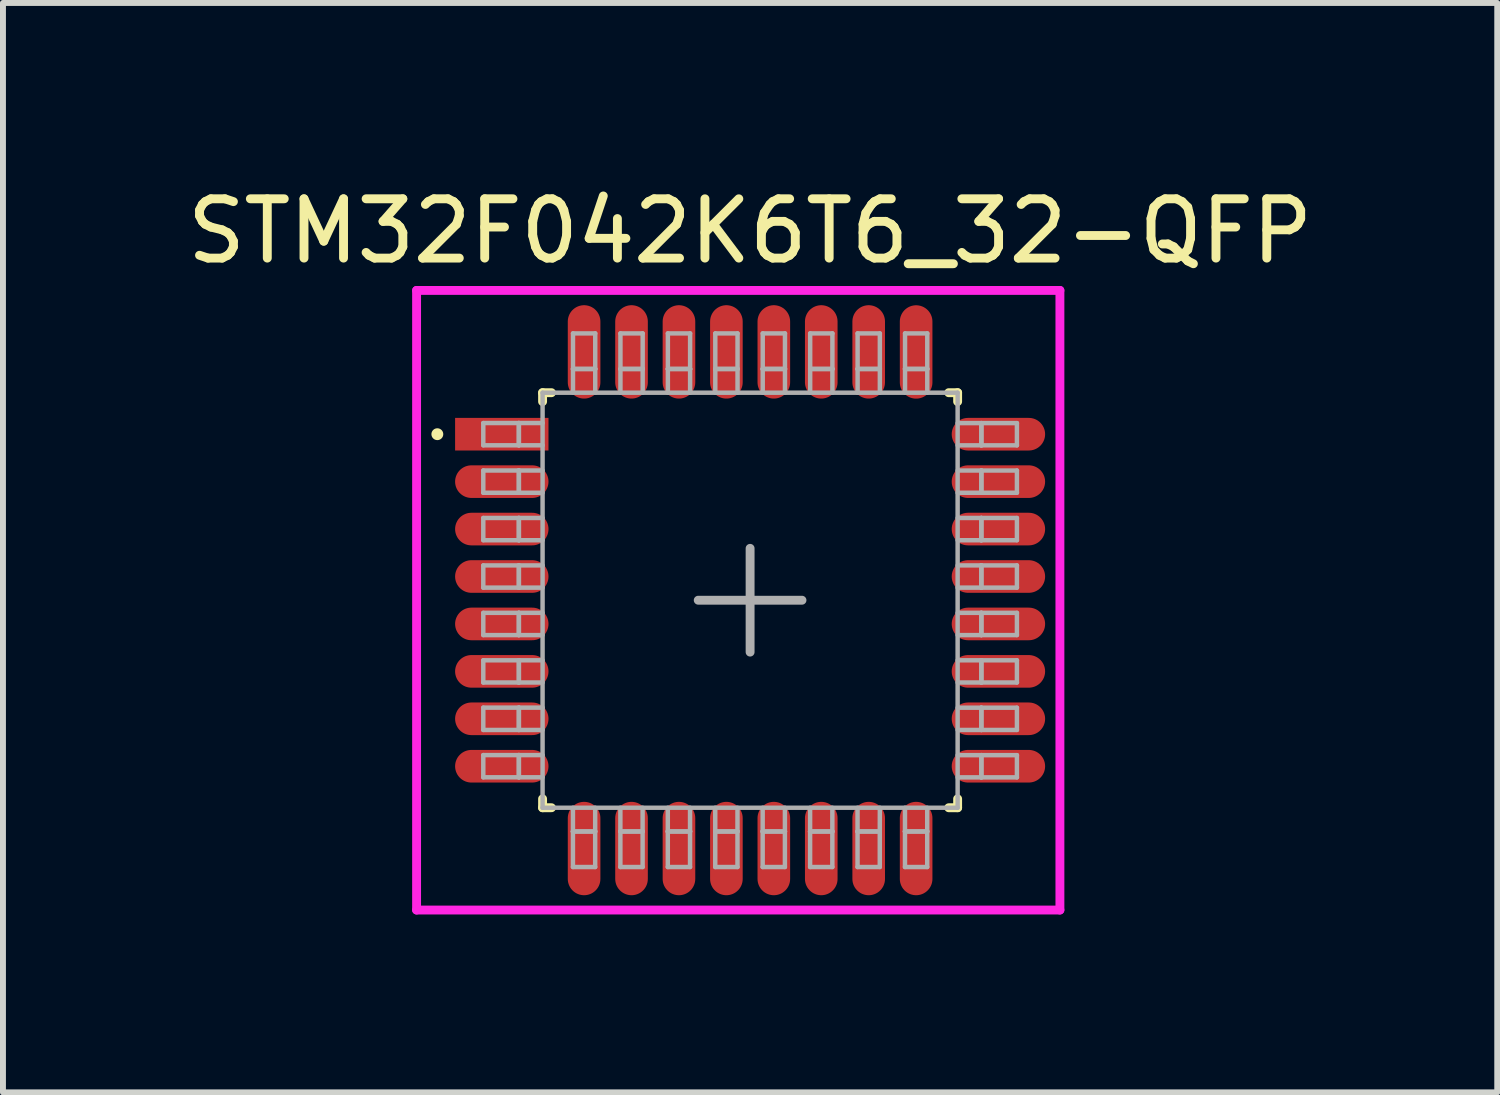
<source format=kicad_pcb>
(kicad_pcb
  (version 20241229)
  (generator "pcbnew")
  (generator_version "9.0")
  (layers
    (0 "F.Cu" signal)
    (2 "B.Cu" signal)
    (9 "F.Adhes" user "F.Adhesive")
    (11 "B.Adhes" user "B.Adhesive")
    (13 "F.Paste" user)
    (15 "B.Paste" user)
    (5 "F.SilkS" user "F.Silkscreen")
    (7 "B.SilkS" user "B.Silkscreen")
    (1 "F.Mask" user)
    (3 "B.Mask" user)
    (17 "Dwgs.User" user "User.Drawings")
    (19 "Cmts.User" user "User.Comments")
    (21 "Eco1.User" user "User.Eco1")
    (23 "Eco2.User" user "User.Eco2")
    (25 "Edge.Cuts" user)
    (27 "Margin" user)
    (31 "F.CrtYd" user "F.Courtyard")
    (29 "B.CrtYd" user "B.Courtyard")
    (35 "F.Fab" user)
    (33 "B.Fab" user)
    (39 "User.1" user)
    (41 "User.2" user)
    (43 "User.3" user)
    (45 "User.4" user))
  (footprint "STM32F042K6T6_32-QFP"
    (layer "F.Cu")
    (at 9.601 7.073)
    (property "Reference" "STM32F042K6T6_32-QFP" (at 0 -6.225 0) (layer "F.SilkS") (effects (font (size 1 1) (thickness 0.15))))
    (attr through_hole)
    (fp_line (start -5.275 -2.8) (end -5.275 -2.8) (stroke (width 0.2) (type solid)) (layer "F.SilkS"))
    (fp_line (start -3.5 -3.5) (end -3.5 -3.35) (stroke (width 0.15) (type solid)) (layer "F.SilkS"))
    (fp_line (start -3.5 -3.5) (end -3.35 -3.5) (stroke (width 0.15) (type solid)) (layer "F.SilkS"))
    (fp_line (start -3.5 3.5) (end -3.5 3.35) (stroke (width 0.15) (type solid)) (layer "F.SilkS"))
    (fp_line (start -3.5 3.5) (end -3.35 3.5) (stroke (width 0.15) (type solid)) (layer "F.SilkS"))
    (fp_line (start 3.5 -3.5) (end 3.35 -3.5) (stroke (width 0.15) (type solid)) (layer "F.SilkS"))
    (fp_line (start 3.5 -3.5) (end 3.5 -3.35) (stroke (width 0.15) (type solid)) (layer "F.SilkS"))
    (fp_line (start 3.5 3.5) (end 3.35 3.5) (stroke (width 0.15) (type solid)) (layer "F.SilkS"))
    (fp_line (start 3.5 3.5) (end 3.5 3.35) (stroke (width 0.15) (type solid)) (layer "F.SilkS"))
    (fp_line (start -5.625 -5.225) (end -5.625 5.225) (stroke (width 0.15) (type solid)) (layer "F.CrtYd"))
    (fp_line (start -5.625 5.225) (end 5.225 5.225) (stroke (width 0.15) (type solid)) (layer "F.CrtYd"))
    (fp_line (start 5.225 -5.225) (end -5.625 -5.225) (stroke (width 0.15) (type solid)) (layer "F.CrtYd"))
    (fp_line (start 5.225 5.225) (end 5.225 -5.225) (stroke (width 0.15) (type solid)) (layer "F.CrtYd"))
    (fp_line (start -4.5 -2.988) (end -4.5 -2.613) (stroke (width 0.075) (type solid)) (layer "F.Fab"))
    (fp_line (start -4.5 -2.613) (end -3.9 -2.613) (stroke (width 0.075) (type solid)) (layer "F.Fab"))
    (fp_line (start -4.5 -2.188) (end -4.5 -1.812) (stroke (width 0.075) (type solid)) (layer "F.Fab"))
    (fp_line (start -4.5 -1.812) (end -3.9 -1.812) (stroke (width 0.075) (type solid)) (layer "F.Fab"))
    (fp_line (start -4.5 -1.387) (end -4.5 -1.012) (stroke (width 0.075) (type solid)) (layer "F.Fab"))
    (fp_line (start -4.5 -1.012) (end -3.9 -1.012) (stroke (width 0.075) (type solid)) (layer "F.Fab"))
    (fp_line (start -4.5 -0.587) (end -4.5 -0.212) (stroke (width 0.075) (type solid)) (layer "F.Fab"))
    (fp_line (start -4.5 -0.212) (end -3.9 -0.212) (stroke (width 0.075) (type solid)) (layer "F.Fab"))
    (fp_line (start -4.5 0.213) (end -4.5 0.588) (stroke (width 0.075) (type solid)) (layer "F.Fab"))
    (fp_line (start -4.5 0.588) (end -3.9 0.588) (stroke (width 0.075) (type solid)) (layer "F.Fab"))
    (fp_line (start -4.5 1.013) (end -4.5 1.388) (stroke (width 0.075) (type solid)) (layer "F.Fab"))
    (fp_line (start -4.5 1.388) (end -3.9 1.388) (stroke (width 0.075) (type solid)) (layer "F.Fab"))
    (fp_line (start -4.5 1.812) (end -4.5 2.188) (stroke (width 0.075) (type solid)) (layer "F.Fab"))
    (fp_line (start -4.5 2.188) (end -3.9 2.188) (stroke (width 0.075) (type solid)) (layer "F.Fab"))
    (fp_line (start -4.5 2.612) (end -4.5 2.987) (stroke (width 0.075) (type solid)) (layer "F.Fab"))
    (fp_line (start -4.5 2.987) (end -3.9 2.987) (stroke (width 0.075) (type solid)) (layer "F.Fab"))
    (fp_line (start -3.9 -2.988) (end -4.5 -2.988) (stroke (width 0.075) (type solid)) (layer "F.Fab"))
    (fp_line (start -3.9 -2.988) (end -3.9 -2.613) (stroke (width 0.075) (type solid)) (layer "F.Fab"))
    (fp_line (start -3.9 -2.613) (end -3.9 -2.988) (stroke (width 0.075) (type solid)) (layer "F.Fab"))
    (fp_line (start -3.9 -2.613) (end -3.5 -2.613) (stroke (width 0.075) (type solid)) (layer "F.Fab"))
    (fp_line (start -3.9 -2.188) (end -4.5 -2.188) (stroke (width 0.075) (type solid)) (layer "F.Fab"))
    (fp_line (start -3.9 -2.188) (end -3.9 -1.812) (stroke (width 0.075) (type solid)) (layer "F.Fab"))
    (fp_line (start -3.9 -1.812) (end -3.9 -2.188) (stroke (width 0.075) (type solid)) (layer "F.Fab"))
    (fp_line (start -3.9 -1.812) (end -3.5 -1.812) (stroke (width 0.075) (type solid)) (layer "F.Fab"))
    (fp_line (start -3.9 -1.387) (end -4.5 -1.387) (stroke (width 0.075) (type solid)) (layer "F.Fab"))
    (fp_line (start -3.9 -1.387) (end -3.9 -1.012) (stroke (width 0.075) (type solid)) (layer "F.Fab"))
    (fp_line (start -3.9 -1.012) (end -3.9 -1.387) (stroke (width 0.075) (type solid)) (layer "F.Fab"))
    (fp_line (start -3.9 -1.012) (end -3.5 -1.012) (stroke (width 0.075) (type solid)) (layer "F.Fab"))
    (fp_line (start -3.9 -0.587) (end -4.5 -0.587) (stroke (width 0.075) (type solid)) (layer "F.Fab"))
    (fp_line (start -3.9 -0.587) (end -3.9 -0.212) (stroke (width 0.075) (type solid)) (layer "F.Fab"))
    (fp_line (start -3.9 -0.212) (end -3.9 -0.587) (stroke (width 0.075) (type solid)) (layer "F.Fab"))
    (fp_line (start -3.9 -0.212) (end -3.5 -0.212) (stroke (width 0.075) (type solid)) (layer "F.Fab"))
    (fp_line (start -3.9 0.213) (end -4.5 0.213) (stroke (width 0.075) (type solid)) (layer "F.Fab"))
    (fp_line (start -3.9 0.213) (end -3.9 0.588) (stroke (width 0.075) (type solid)) (layer "F.Fab"))
    (fp_line (start -3.9 0.588) (end -3.9 0.213) (stroke (width 0.075) (type solid)) (layer "F.Fab"))
    (fp_line (start -3.9 0.588) (end -3.5 0.588) (stroke (width 0.075) (type solid)) (layer "F.Fab"))
    (fp_line (start -3.9 1.013) (end -4.5 1.013) (stroke (width 0.075) (type solid)) (layer "F.Fab"))
    (fp_line (start -3.9 1.013) (end -3.9 1.388) (stroke (width 0.075) (type solid)) (layer "F.Fab"))
    (fp_line (start -3.9 1.388) (end -3.9 1.013) (stroke (width 0.075) (type solid)) (layer "F.Fab"))
    (fp_line (start -3.9 1.388) (end -3.5 1.388) (stroke (width 0.075) (type solid)) (layer "F.Fab"))
    (fp_line (start -3.9 1.812) (end -4.5 1.812) (stroke (width 0.075) (type solid)) (layer "F.Fab"))
    (fp_line (start -3.9 1.812) (end -3.9 2.188) (stroke (width 0.075) (type solid)) (layer "F.Fab"))
    (fp_line (start -3.9 2.188) (end -3.9 1.812) (stroke (width 0.075) (type solid)) (layer "F.Fab"))
    (fp_line (start -3.9 2.188) (end -3.5 2.188) (stroke (width 0.075) (type solid)) (layer "F.Fab"))
    (fp_line (start -3.9 2.612) (end -4.5 2.612) (stroke (width 0.075) (type solid)) (layer "F.Fab"))
    (fp_line (start -3.9 2.612) (end -3.9 2.987) (stroke (width 0.075) (type solid)) (layer "F.Fab"))
    (fp_line (start -3.9 2.987) (end -3.9 2.612) (stroke (width 0.075) (type solid)) (layer "F.Fab"))
    (fp_line (start -3.9 2.987) (end -3.5 2.987) (stroke (width 0.075) (type solid)) (layer "F.Fab"))
    (fp_line (start -3.5 -3.5) (end 3.5 -3.5) (stroke (width 0.075) (type solid)) (layer "F.Fab"))
    (fp_line (start -3.5 -2.988) (end -3.9 -2.988) (stroke (width 0.075) (type solid)) (layer "F.Fab"))
    (fp_line (start -3.5 -2.188) (end -3.9 -2.188) (stroke (width 0.075) (type solid)) (layer "F.Fab"))
    (fp_line (start -3.5 -1.387) (end -3.9 -1.387) (stroke (width 0.075) (type solid)) (layer "F.Fab"))
    (fp_line (start -3.5 -0.587) (end -3.9 -0.587) (stroke (width 0.075) (type solid)) (layer "F.Fab"))
    (fp_line (start -3.5 0.213) (end -3.9 0.213) (stroke (width 0.075) (type solid)) (layer "F.Fab"))
    (fp_line (start -3.5 1.013) (end -3.9 1.013) (stroke (width 0.075) (type solid)) (layer "F.Fab"))
    (fp_line (start -3.5 1.812) (end -3.9 1.812) (stroke (width 0.075) (type solid)) (layer "F.Fab"))
    (fp_line (start -3.5 2.612) (end -3.9 2.612) (stroke (width 0.075) (type solid)) (layer "F.Fab"))
    (fp_line (start -3.5 3.5) (end -3.5 -3.5) (stroke (width 0.075) (type solid)) (layer "F.Fab"))
    (fp_line (start -2.988 3.5) (end -2.988 3.9) (stroke (width 0.075) (type solid)) (layer "F.Fab"))
    (fp_line (start -2.988 3.9) (end -2.988 4.5) (stroke (width 0.075) (type solid)) (layer "F.Fab"))
    (fp_line (start -2.988 3.9) (end -2.613 3.9) (stroke (width 0.075) (type solid)) (layer "F.Fab"))
    (fp_line (start -2.988 4.5) (end -2.613 4.5) (stroke (width 0.075) (type solid)) (layer "F.Fab"))
    (fp_line (start -2.987 -4.5) (end -2.987 -3.9) (stroke (width 0.075) (type solid)) (layer "F.Fab"))
    (fp_line (start -2.987 -3.9) (end -2.987 -3.5) (stroke (width 0.075) (type solid)) (layer "F.Fab"))
    (fp_line (start -2.987 -3.9) (end -2.612 -3.9) (stroke (width 0.075) (type solid)) (layer "F.Fab"))
    (fp_line (start -2.613 3.9) (end -2.988 3.9) (stroke (width 0.075) (type solid)) (layer "F.Fab"))
    (fp_line (start -2.613 3.9) (end -2.613 3.5) (stroke (width 0.075) (type solid)) (layer "F.Fab"))
    (fp_line (start -2.613 4.5) (end -2.613 3.9) (stroke (width 0.075) (type solid)) (layer "F.Fab"))
    (fp_line (start -2.612 -4.5) (end -2.987 -4.5) (stroke (width 0.075) (type solid)) (layer "F.Fab"))
    (fp_line (start -2.612 -3.9) (end -2.987 -3.9) (stroke (width 0.075) (type solid)) (layer "F.Fab"))
    (fp_line (start -2.612 -3.9) (end -2.612 -4.5) (stroke (width 0.075) (type solid)) (layer "F.Fab"))
    (fp_line (start -2.612 -3.5) (end -2.612 -3.9) (stroke (width 0.075) (type solid)) (layer "F.Fab"))
    (fp_line (start -2.188 3.5) (end -2.188 3.9) (stroke (width 0.075) (type solid)) (layer "F.Fab"))
    (fp_line (start -2.188 3.9) (end -2.188 4.5) (stroke (width 0.075) (type solid)) (layer "F.Fab"))
    (fp_line (start -2.188 3.9) (end -1.813 3.9) (stroke (width 0.075) (type solid)) (layer "F.Fab"))
    (fp_line (start -2.188 4.5) (end -1.813 4.5) (stroke (width 0.075) (type solid)) (layer "F.Fab"))
    (fp_line (start -2.187 -4.5) (end -2.187 -3.9) (stroke (width 0.075) (type solid)) (layer "F.Fab"))
    (fp_line (start -2.187 -3.9) (end -2.187 -3.5) (stroke (width 0.075) (type solid)) (layer "F.Fab"))
    (fp_line (start -2.187 -3.9) (end -1.812 -3.9) (stroke (width 0.075) (type solid)) (layer "F.Fab"))
    (fp_line (start -1.813 3.9) (end -2.188 3.9) (stroke (width 0.075) (type solid)) (layer "F.Fab"))
    (fp_line (start -1.813 3.9) (end -1.813 3.5) (stroke (width 0.075) (type solid)) (layer "F.Fab"))
    (fp_line (start -1.813 4.5) (end -1.813 3.9) (stroke (width 0.075) (type solid)) (layer "F.Fab"))
    (fp_line (start -1.812 -4.5) (end -2.187 -4.5) (stroke (width 0.075) (type solid)) (layer "F.Fab"))
    (fp_line (start -1.812 -3.9) (end -2.187 -3.9) (stroke (width 0.075) (type solid)) (layer "F.Fab"))
    (fp_line (start -1.812 -3.9) (end -1.812 -4.5) (stroke (width 0.075) (type solid)) (layer "F.Fab"))
    (fp_line (start -1.812 -3.5) (end -1.812 -3.9) (stroke (width 0.075) (type solid)) (layer "F.Fab"))
    (fp_line (start -1.388 3.5) (end -1.388 3.9) (stroke (width 0.075) (type solid)) (layer "F.Fab"))
    (fp_line (start -1.388 3.9) (end -1.388 4.5) (stroke (width 0.075) (type solid)) (layer "F.Fab"))
    (fp_line (start -1.388 3.9) (end -1.013 3.9) (stroke (width 0.075) (type solid)) (layer "F.Fab"))
    (fp_line (start -1.388 4.5) (end -1.013 4.5) (stroke (width 0.075) (type solid)) (layer "F.Fab"))
    (fp_line (start -1.387 -4.5) (end -1.387 -3.9) (stroke (width 0.075) (type solid)) (layer "F.Fab"))
    (fp_line (start -1.387 -3.9) (end -1.387 -3.5) (stroke (width 0.075) (type solid)) (layer "F.Fab"))
    (fp_line (start -1.387 -3.9) (end -1.012 -3.9) (stroke (width 0.075) (type solid)) (layer "F.Fab"))
    (fp_line (start -1.013 3.9) (end -1.388 3.9) (stroke (width 0.075) (type solid)) (layer "F.Fab"))
    (fp_line (start -1.013 3.9) (end -1.013 3.5) (stroke (width 0.075) (type solid)) (layer "F.Fab"))
    (fp_line (start -1.013 4.5) (end -1.013 3.9) (stroke (width 0.075) (type solid)) (layer "F.Fab"))
    (fp_line (start -1.012 -4.5) (end -1.387 -4.5) (stroke (width 0.075) (type solid)) (layer "F.Fab"))
    (fp_line (start -1.012 -3.9) (end -1.387 -3.9) (stroke (width 0.075) (type solid)) (layer "F.Fab"))
    (fp_line (start -1.012 -3.9) (end -1.012 -4.5) (stroke (width 0.075) (type solid)) (layer "F.Fab"))
    (fp_line (start -1.012 -3.5) (end -1.012 -3.9) (stroke (width 0.075) (type solid)) (layer "F.Fab"))
    (fp_line (start -0.588 3.5) (end -0.588 3.9) (stroke (width 0.075) (type solid)) (layer "F.Fab"))
    (fp_line (start -0.588 3.9) (end -0.588 4.5) (stroke (width 0.075) (type solid)) (layer "F.Fab"))
    (fp_line (start -0.588 3.9) (end -0.213 3.9) (stroke (width 0.075) (type solid)) (layer "F.Fab"))
    (fp_line (start -0.588 4.5) (end -0.213 4.5) (stroke (width 0.075) (type solid)) (layer "F.Fab"))
    (fp_line (start -0.587 -4.5) (end -0.587 -3.9) (stroke (width 0.075) (type solid)) (layer "F.Fab"))
    (fp_line (start -0.587 -3.9) (end -0.587 -3.5) (stroke (width 0.075) (type solid)) (layer "F.Fab"))
    (fp_line (start -0.587 -3.9) (end -0.212 -3.9) (stroke (width 0.075) (type solid)) (layer "F.Fab"))
    (fp_line (start -0.213 3.9) (end -0.588 3.9) (stroke (width 0.075) (type solid)) (layer "F.Fab"))
    (fp_line (start -0.213 3.9) (end -0.213 3.5) (stroke (width 0.075) (type solid)) (layer "F.Fab"))
    (fp_line (start -0.213 4.5) (end -0.213 3.9) (stroke (width 0.075) (type solid)) (layer "F.Fab"))
    (fp_line (start -0.212 -4.5) (end -0.587 -4.5) (stroke (width 0.075) (type solid)) (layer "F.Fab"))
    (fp_line (start -0.212 -3.9) (end -0.587 -3.9) (stroke (width 0.075) (type solid)) (layer "F.Fab"))
    (fp_line (start -0.212 -3.9) (end -0.212 -4.5) (stroke (width 0.075) (type solid)) (layer "F.Fab"))
    (fp_line (start -0.212 -3.5) (end -0.212 -3.9) (stroke (width 0.075) (type solid)) (layer "F.Fab"))
    (fp_line (start 0 -0.875) (end 0 0.875) (stroke (width 0.15) (type solid)) (layer "F.Fab"))
    (fp_line (start 0.212 3.5) (end 0.212 3.9) (stroke (width 0.075) (type solid)) (layer "F.Fab"))
    (fp_line (start 0.212 3.9) (end 0.212 4.5) (stroke (width 0.075) (type solid)) (layer "F.Fab"))
    (fp_line (start 0.212 3.9) (end 0.587 3.9) (stroke (width 0.075) (type solid)) (layer "F.Fab"))
    (fp_line (start 0.212 4.5) (end 0.587 4.5) (stroke (width 0.075) (type solid)) (layer "F.Fab"))
    (fp_line (start 0.213 -4.5) (end 0.213 -3.9) (stroke (width 0.075) (type solid)) (layer "F.Fab"))
    (fp_line (start 0.213 -3.9) (end 0.213 -3.5) (stroke (width 0.075) (type solid)) (layer "F.Fab"))
    (fp_line (start 0.213 -3.9) (end 0.588 -3.9) (stroke (width 0.075) (type solid)) (layer "F.Fab"))
    (fp_line (start 0.587 3.9) (end 0.212 3.9) (stroke (width 0.075) (type solid)) (layer "F.Fab"))
    (fp_line (start 0.587 3.9) (end 0.587 3.5) (stroke (width 0.075) (type solid)) (layer "F.Fab"))
    (fp_line (start 0.587 4.5) (end 0.587 3.9) (stroke (width 0.075) (type solid)) (layer "F.Fab"))
    (fp_line (start 0.588 -4.5) (end 0.213 -4.5) (stroke (width 0.075) (type solid)) (layer "F.Fab"))
    (fp_line (start 0.588 -3.9) (end 0.213 -3.9) (stroke (width 0.075) (type solid)) (layer "F.Fab"))
    (fp_line (start 0.588 -3.9) (end 0.588 -4.5) (stroke (width 0.075) (type solid)) (layer "F.Fab"))
    (fp_line (start 0.588 -3.5) (end 0.588 -3.9) (stroke (width 0.075) (type solid)) (layer "F.Fab"))
    (fp_line (start 0.875 0) (end -0.875 0) (stroke (width 0.15) (type solid)) (layer "F.Fab"))
    (fp_line (start 1.012 3.5) (end 1.012 3.9) (stroke (width 0.075) (type solid)) (layer "F.Fab"))
    (fp_line (start 1.012 3.9) (end 1.012 4.5) (stroke (width 0.075) (type solid)) (layer "F.Fab"))
    (fp_line (start 1.012 3.9) (end 1.387 3.9) (stroke (width 0.075) (type solid)) (layer "F.Fab"))
    (fp_line (start 1.012 4.5) (end 1.387 4.5) (stroke (width 0.075) (type solid)) (layer "F.Fab"))
    (fp_line (start 1.013 -4.5) (end 1.013 -3.9) (stroke (width 0.075) (type solid)) (layer "F.Fab"))
    (fp_line (start 1.013 -3.9) (end 1.013 -3.5) (stroke (width 0.075) (type solid)) (layer "F.Fab"))
    (fp_line (start 1.013 -3.9) (end 1.388 -3.9) (stroke (width 0.075) (type solid)) (layer "F.Fab"))
    (fp_line (start 1.387 3.9) (end 1.012 3.9) (stroke (width 0.075) (type solid)) (layer "F.Fab"))
    (fp_line (start 1.387 3.9) (end 1.387 3.5) (stroke (width 0.075) (type solid)) (layer "F.Fab"))
    (fp_line (start 1.387 4.5) (end 1.387 3.9) (stroke (width 0.075) (type solid)) (layer "F.Fab"))
    (fp_line (start 1.388 -4.5) (end 1.013 -4.5) (stroke (width 0.075) (type solid)) (layer "F.Fab"))
    (fp_line (start 1.388 -3.9) (end 1.013 -3.9) (stroke (width 0.075) (type solid)) (layer "F.Fab"))
    (fp_line (start 1.388 -3.9) (end 1.388 -4.5) (stroke (width 0.075) (type solid)) (layer "F.Fab"))
    (fp_line (start 1.388 -3.5) (end 1.388 -3.9) (stroke (width 0.075) (type solid)) (layer "F.Fab"))
    (fp_line (start 1.812 3.5) (end 1.812 3.9) (stroke (width 0.075) (type solid)) (layer "F.Fab"))
    (fp_line (start 1.812 3.9) (end 1.812 4.5) (stroke (width 0.075) (type solid)) (layer "F.Fab"))
    (fp_line (start 1.812 3.9) (end 2.187 3.9) (stroke (width 0.075) (type solid)) (layer "F.Fab"))
    (fp_line (start 1.812 4.5) (end 2.187 4.5) (stroke (width 0.075) (type solid)) (layer "F.Fab"))
    (fp_line (start 1.813 -4.5) (end 1.813 -3.9) (stroke (width 0.075) (type solid)) (layer "F.Fab"))
    (fp_line (start 1.813 -3.9) (end 1.813 -3.5) (stroke (width 0.075) (type solid)) (layer "F.Fab"))
    (fp_line (start 1.813 -3.9) (end 2.188 -3.9) (stroke (width 0.075) (type solid)) (layer "F.Fab"))
    (fp_line (start 2.187 3.9) (end 1.812 3.9) (stroke (width 0.075) (type solid)) (layer "F.Fab"))
    (fp_line (start 2.187 3.9) (end 2.188 3.5) (stroke (width 0.075) (type solid)) (layer "F.Fab"))
    (fp_line (start 2.187 4.5) (end 2.187 3.9) (stroke (width 0.075) (type solid)) (layer "F.Fab"))
    (fp_line (start 2.188 -4.5) (end 1.813 -4.5) (stroke (width 0.075) (type solid)) (layer "F.Fab"))
    (fp_line (start 2.188 -3.9) (end 1.813 -3.9) (stroke (width 0.075) (type solid)) (layer "F.Fab"))
    (fp_line (start 2.188 -3.9) (end 2.188 -4.5) (stroke (width 0.075) (type solid)) (layer "F.Fab"))
    (fp_line (start 2.188 -3.5) (end 2.188 -3.9) (stroke (width 0.075) (type solid)) (layer "F.Fab"))
    (fp_line (start 2.612 3.5) (end 2.612 3.9) (stroke (width 0.075) (type solid)) (layer "F.Fab"))
    (fp_line (start 2.612 3.9) (end 2.612 4.5) (stroke (width 0.075) (type solid)) (layer "F.Fab"))
    (fp_line (start 2.612 3.9) (end 2.987 3.9) (stroke (width 0.075) (type solid)) (layer "F.Fab"))
    (fp_line (start 2.612 4.5) (end 2.987 4.5) (stroke (width 0.075) (type solid)) (layer "F.Fab"))
    (fp_line (start 2.613 -4.5) (end 2.613 -3.9) (stroke (width 0.075) (type solid)) (layer "F.Fab"))
    (fp_line (start 2.613 -3.9) (end 2.613 -3.5) (stroke (width 0.075) (type solid)) (layer "F.Fab"))
    (fp_line (start 2.613 -3.9) (end 2.988 -3.9) (stroke (width 0.075) (type solid)) (layer "F.Fab"))
    (fp_line (start 2.987 3.9) (end 2.612 3.9) (stroke (width 0.075) (type solid)) (layer "F.Fab"))
    (fp_line (start 2.987 3.9) (end 2.987 3.5) (stroke (width 0.075) (type solid)) (layer "F.Fab"))
    (fp_line (start 2.987 4.5) (end 2.987 3.9) (stroke (width 0.075) (type solid)) (layer "F.Fab"))
    (fp_line (start 2.988 -4.5) (end 2.613 -4.5) (stroke (width 0.075) (type solid)) (layer "F.Fab"))
    (fp_line (start 2.988 -3.9) (end 2.613 -3.9) (stroke (width 0.075) (type solid)) (layer "F.Fab"))
    (fp_line (start 2.988 -3.9) (end 2.988 -4.5) (stroke (width 0.075) (type solid)) (layer "F.Fab"))
    (fp_line (start 2.988 -3.5) (end 2.988 -3.9) (stroke (width 0.075) (type solid)) (layer "F.Fab"))
    (fp_line (start 3.5 -3.5) (end 3.5 3.5) (stroke (width 0.075) (type solid)) (layer "F.Fab"))
    (fp_line (start 3.5 -2.612) (end 3.9 -2.612) (stroke (width 0.075) (type solid)) (layer "F.Fab"))
    (fp_line (start 3.5 -1.812) (end 3.9 -1.812) (stroke (width 0.075) (type solid)) (layer "F.Fab"))
    (fp_line (start 3.5 -1.012) (end 3.9 -1.012) (stroke (width 0.075) (type solid)) (layer "F.Fab"))
    (fp_line (start 3.5 -0.212) (end 3.9 -0.212) (stroke (width 0.075) (type solid)) (layer "F.Fab"))
    (fp_line (start 3.5 0.588) (end 3.9 0.588) (stroke (width 0.075) (type solid)) (layer "F.Fab"))
    (fp_line (start 3.5 1.388) (end 3.9 1.388) (stroke (width 0.075) (type solid)) (layer "F.Fab"))
    (fp_line (start 3.5 2.188) (end 3.9 2.188) (stroke (width 0.075) (type solid)) (layer "F.Fab"))
    (fp_line (start 3.5 2.988) (end 3.9 2.988) (stroke (width 0.075) (type solid)) (layer "F.Fab"))
    (fp_line (start 3.5 3.5) (end -3.5 3.5) (stroke (width 0.075) (type solid)) (layer "F.Fab"))
    (fp_line (start 3.9 -2.987) (end 3.5 -2.987) (stroke (width 0.075) (type solid)) (layer "F.Fab"))
    (fp_line (start 3.9 -2.987) (end 3.9 -2.612) (stroke (width 0.075) (type solid)) (layer "F.Fab"))
    (fp_line (start 3.9 -2.612) (end 3.9 -2.987) (stroke (width 0.075) (type solid)) (layer "F.Fab"))
    (fp_line (start 3.9 -2.612) (end 4.5 -2.612) (stroke (width 0.075) (type solid)) (layer "F.Fab"))
    (fp_line (start 3.9 -2.187) (end 3.5 -2.187) (stroke (width 0.075) (type solid)) (layer "F.Fab"))
    (fp_line (start 3.9 -2.187) (end 3.9 -1.812) (stroke (width 0.075) (type solid)) (layer "F.Fab"))
    (fp_line (start 3.9 -1.812) (end 3.9 -2.187) (stroke (width 0.075) (type solid)) (layer "F.Fab"))
    (fp_line (start 3.9 -1.812) (end 4.5 -1.812) (stroke (width 0.075) (type solid)) (layer "F.Fab"))
    (fp_line (start 3.9 -1.387) (end 3.5 -1.387) (stroke (width 0.075) (type solid)) (layer "F.Fab"))
    (fp_line (start 3.9 -1.387) (end 3.9 -1.012) (stroke (width 0.075) (type solid)) (layer "F.Fab"))
    (fp_line (start 3.9 -1.012) (end 3.9 -1.387) (stroke (width 0.075) (type solid)) (layer "F.Fab"))
    (fp_line (start 3.9 -1.012) (end 4.5 -1.012) (stroke (width 0.075) (type solid)) (layer "F.Fab"))
    (fp_line (start 3.9 -0.587) (end 3.5 -0.587) (stroke (width 0.075) (type solid)) (layer "F.Fab"))
    (fp_line (start 3.9 -0.587) (end 3.9 -0.212) (stroke (width 0.075) (type solid)) (layer "F.Fab"))
    (fp_line (start 3.9 -0.212) (end 3.9 -0.587) (stroke (width 0.075) (type solid)) (layer "F.Fab"))
    (fp_line (start 3.9 -0.212) (end 4.5 -0.212) (stroke (width 0.075) (type solid)) (layer "F.Fab"))
    (fp_line (start 3.9 0.213) (end 3.5 0.213) (stroke (width 0.075) (type solid)) (layer "F.Fab"))
    (fp_line (start 3.9 0.213) (end 3.9 0.588) (stroke (width 0.075) (type solid)) (layer "F.Fab"))
    (fp_line (start 3.9 0.588) (end 3.9 0.213) (stroke (width 0.075) (type solid)) (layer "F.Fab"))
    (fp_line (start 3.9 0.588) (end 4.5 0.588) (stroke (width 0.075) (type solid)) (layer "F.Fab"))
    (fp_line (start 3.9 1.013) (end 3.5 1.013) (stroke (width 0.075) (type solid)) (layer "F.Fab"))
    (fp_line (start 3.9 1.013) (end 3.9 1.388) (stroke (width 0.075) (type solid)) (layer "F.Fab"))
    (fp_line (start 3.9 1.388) (end 3.9 1.013) (stroke (width 0.075) (type solid)) (layer "F.Fab"))
    (fp_line (start 3.9 1.388) (end 4.5 1.388) (stroke (width 0.075) (type solid)) (layer "F.Fab"))
    (fp_line (start 3.9 1.813) (end 3.5 1.813) (stroke (width 0.075) (type solid)) (layer "F.Fab"))
    (fp_line (start 3.9 1.813) (end 3.9 2.188) (stroke (width 0.075) (type solid)) (layer "F.Fab"))
    (fp_line (start 3.9 2.188) (end 3.9 1.813) (stroke (width 0.075) (type solid)) (layer "F.Fab"))
    (fp_line (start 3.9 2.188) (end 4.5 2.188) (stroke (width 0.075) (type solid)) (layer "F.Fab"))
    (fp_line (start 3.9 2.613) (end 3.5 2.613) (stroke (width 0.075) (type solid)) (layer "F.Fab"))
    (fp_line (start 3.9 2.613) (end 3.9 2.988) (stroke (width 0.075) (type solid)) (layer "F.Fab"))
    (fp_line (start 3.9 2.988) (end 3.9 2.613) (stroke (width 0.075) (type solid)) (layer "F.Fab"))
    (fp_line (start 3.9 2.988) (end 4.5 2.988) (stroke (width 0.075) (type solid)) (layer "F.Fab"))
    (fp_line (start 4.5 -2.987) (end 3.9 -2.987) (stroke (width 0.075) (type solid)) (layer "F.Fab"))
    (fp_line (start 4.5 -2.612) (end 4.5 -2.987) (stroke (width 0.075) (type solid)) (layer "F.Fab"))
    (fp_line (start 4.5 -2.187) (end 3.9 -2.187) (stroke (width 0.075) (type solid)) (layer "F.Fab"))
    (fp_line (start 4.5 -1.812) (end 4.5 -2.187) (stroke (width 0.075) (type solid)) (layer "F.Fab"))
    (fp_line (start 4.5 -1.387) (end 3.9 -1.387) (stroke (width 0.075) (type solid)) (layer "F.Fab"))
    (fp_line (start 4.5 -1.012) (end 4.5 -1.387) (stroke (width 0.075) (type solid)) (layer "F.Fab"))
    (fp_line (start 4.5 -0.587) (end 3.9 -0.587) (stroke (width 0.075) (type solid)) (layer "F.Fab"))
    (fp_line (start 4.5 -0.212) (end 4.5 -0.587) (stroke (width 0.075) (type solid)) (layer "F.Fab"))
    (fp_line (start 4.5 0.213) (end 3.9 0.213) (stroke (width 0.075) (type solid)) (layer "F.Fab"))
    (fp_line (start 4.5 0.588) (end 4.5 0.213) (stroke (width 0.075) (type solid)) (layer "F.Fab"))
    (fp_line (start 4.5 1.013) (end 3.9 1.013) (stroke (width 0.075) (type solid)) (layer "F.Fab"))
    (fp_line (start 4.5 1.388) (end 4.5 1.013) (stroke (width 0.075) (type solid)) (layer "F.Fab"))
    (fp_line (start 4.5 1.813) (end 3.9 1.813) (stroke (width 0.075) (type solid)) (layer "F.Fab"))
    (fp_line (start 4.5 2.188) (end 4.5 1.813) (stroke (width 0.075) (type solid)) (layer "F.Fab"))
    (fp_line (start 4.5 2.613) (end 3.9 2.613) (stroke (width 0.075) (type solid)) (layer "F.Fab"))
    (fp_line (start 4.5 2.988) (end 4.5 2.613) (stroke (width 0.075) (type solid)) (layer "F.Fab"))
    (pad "1" smd rect (at -4.188 -2.8) (size 1.575 0.55) (layers "F.Cu" "F.Mask" "F.Paste"))
    (pad "2" smd oval (at -4.188 -2) (size 1.575 0.55) (layers "F.Cu" "F.Mask" "F.Paste"))
    (pad "3" smd oval (at -4.188 -1.2) (size 1.575 0.55) (layers "F.Cu" "F.Mask" "F.Paste"))
    (pad "4" smd oval (at -4.188 -0.4) (size 1.575 0.55) (layers "F.Cu" "F.Mask" "F.Paste"))
    (pad "5" smd oval (at -4.188 0.4) (size 1.575 0.55) (layers "F.Cu" "F.Mask" "F.Paste"))
    (pad "6" smd oval (at -4.188 1.2) (size 1.575 0.55) (layers "F.Cu" "F.Mask" "F.Paste"))
    (pad "7" smd oval (at -4.188 2) (size 1.575 0.55) (layers "F.Cu" "F.Mask" "F.Paste"))
    (pad "8" smd oval (at -4.188 2.8) (size 1.575 0.55) (layers "F.Cu" "F.Mask" "F.Paste"))
    (pad "9" smd oval (at -2.8 4.188) (size 0.55 1.575) (layers "F.Cu" "F.Mask" "F.Paste"))
    (pad "10" smd oval (at -2 4.188) (size 0.55 1.575) (layers "F.Cu" "F.Mask" "F.Paste"))
    (pad "11" smd oval (at -1.2 4.188) (size 0.55 1.575) (layers "F.Cu" "F.Mask" "F.Paste"))
    (pad "12" smd oval (at -0.4 4.188) (size 0.55 1.575) (layers "F.Cu" "F.Mask" "F.Paste"))
    (pad "13" smd oval (at 0.4 4.188) (size 0.55 1.575) (layers "F.Cu" "F.Mask" "F.Paste"))
    (pad "14" smd oval (at 1.2 4.188) (size 0.55 1.575) (layers "F.Cu" "F.Mask" "F.Paste"))
    (pad "15" smd oval (at 2 4.188) (size 0.55 1.575) (layers "F.Cu" "F.Mask" "F.Paste"))
    (pad "16" smd oval (at 2.8 4.188) (size 0.55 1.575) (layers "F.Cu" "F.Mask" "F.Paste"))
    (pad "17" smd oval (at 4.188 2.8) (size 1.575 0.55) (layers "F.Cu" "F.Mask" "F.Paste"))
    (pad "18" smd oval (at 4.188 2) (size 1.575 0.55) (layers "F.Cu" "F.Mask" "F.Paste"))
    (pad "19" smd oval (at 4.188 1.2) (size 1.575 0.55) (layers "F.Cu" "F.Mask" "F.Paste"))
    (pad "20" smd oval (at 4.188 0.4) (size 1.575 0.55) (layers "F.Cu" "F.Mask" "F.Paste"))
    (pad "21" smd oval (at 4.188 -0.4) (size 1.575 0.55) (layers "F.Cu" "F.Mask" "F.Paste"))
    (pad "22" smd oval (at 4.188 -1.2) (size 1.575 0.55) (layers "F.Cu" "F.Mask" "F.Paste"))
    (pad "23" smd oval (at 4.188 -2) (size 1.575 0.55) (layers "F.Cu" "F.Mask" "F.Paste"))
    (pad "24" smd oval (at 4.188 -2.8) (size 1.575 0.55) (layers "F.Cu" "F.Mask" "F.Paste"))
    (pad "25" smd oval (at 2.8 -4.187) (size 0.55 1.575) (layers "F.Cu" "F.Mask" "F.Paste"))
    (pad "26" smd oval (at 2 -4.188) (size 0.55 1.575) (layers "F.Cu" "F.Mask" "F.Paste"))
    (pad "27" smd oval (at 1.2 -4.188) (size 0.55 1.575) (layers "F.Cu" "F.Mask" "F.Paste"))
    (pad "28" smd oval (at 0.4 -4.188) (size 0.55 1.575) (layers "F.Cu" "F.Mask" "F.Paste"))
    (pad "29" smd oval (at -0.4 -4.188) (size 0.55 1.575) (layers "F.Cu" "F.Mask" "F.Paste"))
    (pad "30" smd oval (at -1.2 -4.188) (size 0.55 1.575) (layers "F.Cu" "F.Mask" "F.Paste"))
    (pad "31" smd oval (at -2 -4.188) (size 0.55 1.575) (layers "F.Cu" "F.Mask" "F.Paste"))
    (pad "32" smd oval (at -2.8 -4.188) (size 0.55 1.575) (layers "F.Cu" "F.Mask" "F.Paste")))
  (gr_rect
    (start -3 -3)
    (end 22.202 15.373)
    (stroke (width 0.1) (type default))
    (fill no)
    (layer "Edge.Cuts")))
</source>
